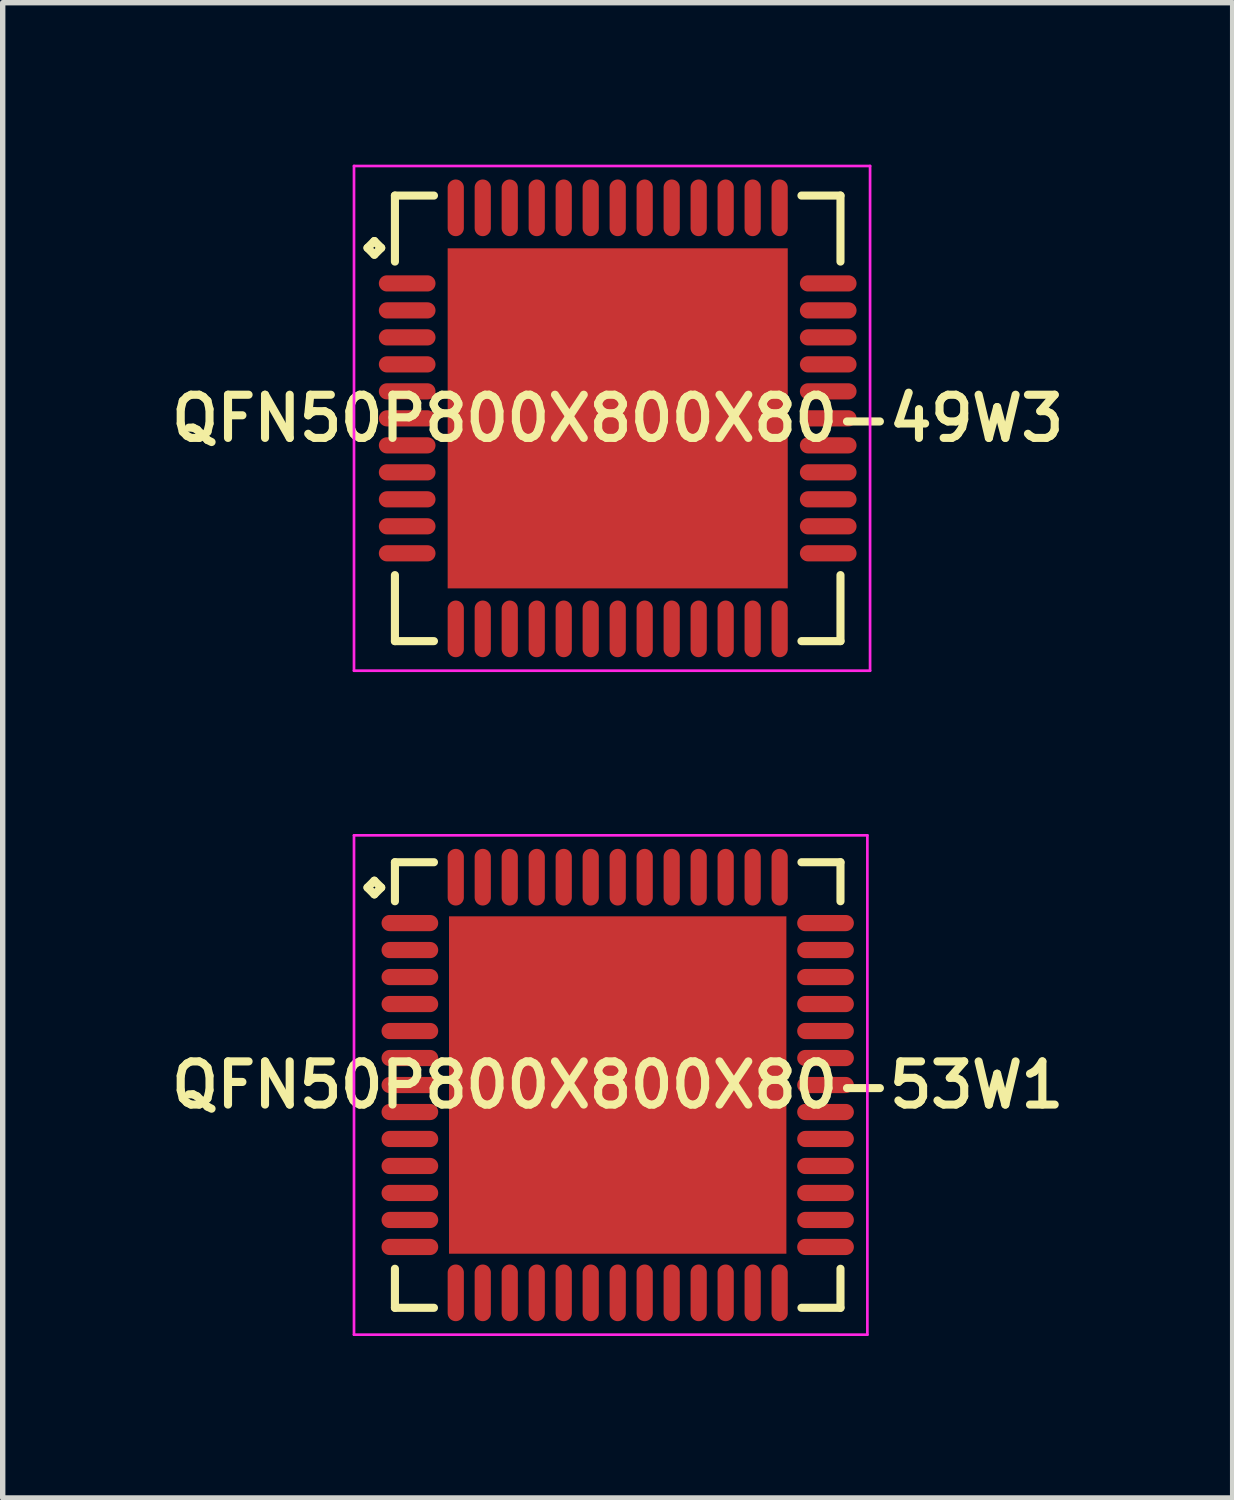
<source format=kicad_pcb>
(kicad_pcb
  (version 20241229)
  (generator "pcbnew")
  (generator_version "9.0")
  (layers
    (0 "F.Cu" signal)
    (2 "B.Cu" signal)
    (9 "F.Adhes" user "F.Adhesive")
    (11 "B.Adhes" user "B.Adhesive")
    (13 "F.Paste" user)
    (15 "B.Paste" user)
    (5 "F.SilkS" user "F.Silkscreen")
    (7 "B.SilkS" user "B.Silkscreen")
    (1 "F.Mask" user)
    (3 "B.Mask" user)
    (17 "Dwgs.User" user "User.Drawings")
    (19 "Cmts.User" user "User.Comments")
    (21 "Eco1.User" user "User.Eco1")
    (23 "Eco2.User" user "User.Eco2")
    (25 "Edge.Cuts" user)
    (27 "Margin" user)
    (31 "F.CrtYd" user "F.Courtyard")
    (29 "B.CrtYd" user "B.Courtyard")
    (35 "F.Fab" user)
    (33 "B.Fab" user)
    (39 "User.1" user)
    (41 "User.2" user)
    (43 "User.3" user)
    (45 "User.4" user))
  (footprint "QFN50P800X800X80-49W3"
    (layer "F.Cu")
    (at 8.393 4.7)
    (property "Reference" "QFN50P800X800X80-49W3" (at 0 0 0) (layer "F.SilkS") (effects (font (size 0.8 0.8) (thickness 0.15))))
    (attr smd)
    (fp_line (start -4.635 -3.158) (end -4.508 -3.285) (stroke (width 0.15) (type solid)) (layer "F.SilkS"))
    (fp_line (start -4.508 -3.285) (end -4.381 -3.158) (stroke (width 0.15) (type solid)) (layer "F.SilkS"))
    (fp_line (start -4.508 -3.031) (end -4.635 -3.158) (stroke (width 0.15) (type solid)) (layer "F.SilkS"))
    (fp_line (start -4.381 -3.158) (end -4.508 -3.031) (stroke (width 0.15) (type solid)) (layer "F.SilkS"))
    (fp_line (start -4.127 -4.127) (end -3.404 -4.127) (stroke (width 0.15) (type solid)) (layer "F.SilkS"))
    (fp_line (start -4.127 -2.904) (end -4.127 -4.127) (stroke (width 0.15) (type solid)) (layer "F.SilkS"))
    (fp_line (start -4.127 2.904) (end -4.127 4.127) (stroke (width 0.15) (type solid)) (layer "F.SilkS"))
    (fp_line (start -4.127 4.127) (end -3.404 4.127) (stroke (width 0.15) (type solid)) (layer "F.SilkS"))
    (fp_line (start 3.404 -4.127) (end 4.127 -4.127) (stroke (width 0.15) (type solid)) (layer "F.SilkS"))
    (fp_line (start 3.404 4.127) (end 4.127 4.127) (stroke (width 0.15) (type solid)) (layer "F.SilkS"))
    (fp_line (start 4.127 -4.127) (end 4.127 -2.904) (stroke (width 0.15) (type solid)) (layer "F.SilkS"))
    (fp_line (start 4.127 4.127) (end 4.127 2.904) (stroke (width 0.15) (type solid)) (layer "F.SilkS"))
    (fp_line (start -4.885 -4.675) (end 4.675 -4.675) (stroke (width 0.05) (type solid)) (layer "F.CrtYd"))
    (fp_line (start -4.885 4.675) (end -4.885 -4.675) (stroke (width 0.05) (type solid)) (layer "F.CrtYd"))
    (fp_line (start 4.675 -4.675) (end 4.675 4.675) (stroke (width 0.05) (type solid)) (layer "F.CrtYd"))
    (fp_line (start 4.675 4.675) (end -4.885 4.675) (stroke (width 0.05) (type solid)) (layer "F.CrtYd"))
    (pad "1" smd oval (at -3.9 -2.5) (size 1.05 0.3) (layers "F.Cu" "F.Mask" "F.Paste"))
    (pad "2" smd oval (at -3.9 -2) (size 1.05 0.3) (layers "F.Cu" "F.Mask" "F.Paste"))
    (pad "3" smd oval (at -3.9 -1.5) (size 1.05 0.3) (layers "F.Cu" "F.Mask" "F.Paste"))
    (pad "4" smd oval (at -3.9 -1) (size 1.05 0.3) (layers "F.Cu" "F.Mask" "F.Paste"))
    (pad "5" smd oval (at -3.9 -0.5) (size 1.05 0.3) (layers "F.Cu" "F.Mask" "F.Paste"))
    (pad "6" smd oval (at -3.9 0) (size 1.05 0.3) (layers "F.Cu" "F.Mask" "F.Paste"))
    (pad "7" smd oval (at -3.9 0.5) (size 1.05 0.3) (layers "F.Cu" "F.Mask" "F.Paste"))
    (pad "8" smd oval (at -3.9 1) (size 1.05 0.3) (layers "F.Cu" "F.Mask" "F.Paste"))
    (pad "9" smd oval (at -3.9 1.5) (size 1.05 0.3) (layers "F.Cu" "F.Mask" "F.Paste"))
    (pad "10" smd oval (at -3.9 2) (size 1.05 0.3) (layers "F.Cu" "F.Mask" "F.Paste"))
    (pad "11" smd oval (at -3.9 2.5) (size 1.05 0.3) (layers "F.Cu" "F.Mask" "F.Paste"))
    (pad "12" smd oval (at -3 3.9) (size 0.3 1.05) (layers "F.Cu" "F.Mask" "F.Paste"))
    (pad "13" smd oval (at -2.5 3.9) (size 0.3 1.05) (layers "F.Cu" "F.Mask" "F.Paste"))
    (pad "14" smd oval (at -2 3.9) (size 0.3 1.05) (layers "F.Cu" "F.Mask" "F.Paste"))
    (pad "15" smd oval (at -1.5 3.9) (size 0.3 1.05) (layers "F.Cu" "F.Mask" "F.Paste"))
    (pad "16" smd oval (at -1 3.9) (size 0.3 1.05) (layers "F.Cu" "F.Mask" "F.Paste"))
    (pad "17" smd oval (at -0.5 3.9) (size 0.3 1.05) (layers "F.Cu" "F.Mask" "F.Paste"))
    (pad "18" smd oval (at 0 3.9) (size 0.3 1.05) (layers "F.Cu" "F.Mask" "F.Paste"))
    (pad "19" smd oval (at 0.5 3.9) (size 0.3 1.05) (layers "F.Cu" "F.Mask" "F.Paste"))
    (pad "20" smd oval (at 1 3.9) (size 0.3 1.05) (layers "F.Cu" "F.Mask" "F.Paste"))
    (pad "21" smd oval (at 1.5 3.9) (size 0.3 1.05) (layers "F.Cu" "F.Mask" "F.Paste"))
    (pad "22" smd oval (at 2 3.9) (size 0.3 1.05) (layers "F.Cu" "F.Mask" "F.Paste"))
    (pad "23" smd oval (at 2.5 3.9) (size 0.3 1.05) (layers "F.Cu" "F.Mask" "F.Paste"))
    (pad "24" smd oval (at 3 3.9) (size 0.3 1.05) (layers "F.Cu" "F.Mask" "F.Paste"))
    (pad "25" smd oval (at 3.9 2.5) (size 1.05 0.3) (layers "F.Cu" "F.Mask" "F.Paste"))
    (pad "26" smd oval (at 3.9 2) (size 1.05 0.3) (layers "F.Cu" "F.Mask" "F.Paste"))
    (pad "27" smd oval (at 3.9 1.5) (size 1.05 0.3) (layers "F.Cu" "F.Mask" "F.Paste"))
    (pad "28" smd oval (at 3.9 1) (size 1.05 0.3) (layers "F.Cu" "F.Mask" "F.Paste"))
    (pad "29" smd oval (at 3.9 0.5) (size 1.05 0.3) (layers "F.Cu" "F.Mask" "F.Paste"))
    (pad "30" smd oval (at 3.9 0) (size 1.05 0.3) (layers "F.Cu" "F.Mask" "F.Paste"))
    (pad "31" smd oval (at 3.9 -0.5) (size 1.05 0.3) (layers "F.Cu" "F.Mask" "F.Paste"))
    (pad "32" smd oval (at 3.9 -1) (size 1.05 0.3) (layers "F.Cu" "F.Mask" "F.Paste"))
    (pad "33" smd oval (at 3.9 -1.5) (size 1.05 0.3) (layers "F.Cu" "F.Mask" "F.Paste"))
    (pad "34" smd oval (at 3.9 -2) (size 1.05 0.3) (layers "F.Cu" "F.Mask" "F.Paste"))
    (pad "35" smd oval (at 3.9 -2.5) (size 1.05 0.3) (layers "F.Cu" "F.Mask" "F.Paste"))
    (pad "36" smd oval (at 3 -3.9) (size 0.3 1.05) (layers "F.Cu" "F.Mask" "F.Paste"))
    (pad "37" smd oval (at 2.5 -3.9) (size 0.3 1.05) (layers "F.Cu" "F.Mask" "F.Paste"))
    (pad "38" smd oval (at 2 -3.9) (size 0.3 1.05) (layers "F.Cu" "F.Mask" "F.Paste"))
    (pad "39" smd oval (at 1.5 -3.9) (size 0.3 1.05) (layers "F.Cu" "F.Mask" "F.Paste"))
    (pad "40" smd oval (at 1 -3.9) (size 0.3 1.05) (layers "F.Cu" "F.Mask" "F.Paste"))
    (pad "41" smd oval (at 0.5 -3.9) (size 0.3 1.05) (layers "F.Cu" "F.Mask" "F.Paste"))
    (pad "42" smd oval (at 0 -3.9) (size 0.3 1.05) (layers "F.Cu" "F.Mask" "F.Paste"))
    (pad "43" smd oval (at -0.5 -3.9) (size 0.3 1.05) (layers "F.Cu" "F.Mask" "F.Paste"))
    (pad "44" smd oval (at -1 -3.9) (size 0.3 1.05) (layers "F.Cu" "F.Mask" "F.Paste"))
    (pad "45" smd oval (at -1.5 -3.9) (size 0.3 1.05) (layers "F.Cu" "F.Mask" "F.Paste"))
    (pad "46" smd oval (at -2 -3.9) (size 0.3 1.05) (layers "F.Cu" "F.Mask" "F.Paste"))
    (pad "47" smd oval (at -2.5 -3.9) (size 0.3 1.05) (layers "F.Cu" "F.Mask" "F.Paste"))
    (pad "48" smd oval (at -3 -3.9) (size 0.3 1.05) (layers "F.Cu" "F.Mask" "F.Paste"))
    (pad "49" smd rect (at 0 0) (size 6.3 6.3) (layers "F.Cu" "F.Mask" "F.Paste")))
  (footprint "QFN50P800X800X80-53W1"
    (layer "F.Cu")
    (at 8.393 17.05)
    (property "Reference" "QFN50P800X800X80-53W1" (at 0 0 0) (layer "F.SilkS") (effects (font (size 0.8 0.8) (thickness 0.15))))
    (attr smd)
    (fp_line (start -4.635 -3.658) (end -4.508 -3.785) (stroke (width 0.15) (type solid)) (layer "F.SilkS"))
    (fp_line (start -4.508 -3.785) (end -4.381 -3.658) (stroke (width 0.15) (type solid)) (layer "F.SilkS"))
    (fp_line (start -4.508 -3.531) (end -4.635 -3.658) (stroke (width 0.15) (type solid)) (layer "F.SilkS"))
    (fp_line (start -4.381 -3.658) (end -4.508 -3.531) (stroke (width 0.15) (type solid)) (layer "F.SilkS"))
    (fp_line (start -4.127 -4.127) (end -3.404 -4.127) (stroke (width 0.15) (type solid)) (layer "F.SilkS"))
    (fp_line (start -4.127 -3.404) (end -4.127 -4.127) (stroke (width 0.15) (type solid)) (layer "F.SilkS"))
    (fp_line (start -4.127 3.404) (end -4.127 4.127) (stroke (width 0.15) (type solid)) (layer "F.SilkS"))
    (fp_line (start -4.127 4.127) (end -3.404 4.127) (stroke (width 0.15) (type solid)) (layer "F.SilkS"))
    (fp_line (start 3.404 -4.127) (end 4.127 -4.127) (stroke (width 0.15) (type solid)) (layer "F.SilkS"))
    (fp_line (start 3.404 4.127) (end 4.127 4.127) (stroke (width 0.15) (type solid)) (layer "F.SilkS"))
    (fp_line (start 4.127 -4.127) (end 4.127 -3.404) (stroke (width 0.15) (type solid)) (layer "F.SilkS"))
    (fp_line (start 4.127 4.127) (end 4.127 3.404) (stroke (width 0.15) (type solid)) (layer "F.SilkS"))
    (fp_line (start -4.885 -4.625) (end 4.625 -4.625) (stroke (width 0.05) (type solid)) (layer "F.CrtYd"))
    (fp_line (start -4.885 4.625) (end -4.885 -4.625) (stroke (width 0.05) (type solid)) (layer "F.CrtYd"))
    (fp_line (start 4.625 -4.625) (end 4.625 4.625) (stroke (width 0.05) (type solid)) (layer "F.CrtYd"))
    (fp_line (start 4.625 4.625) (end -4.885 4.625) (stroke (width 0.05) (type solid)) (layer "F.CrtYd"))
    (pad "1" smd oval (at -3.85 -3) (size 1.05 0.3) (layers "F.Cu" "F.Mask" "F.Paste"))
    (pad "2" smd oval (at -3.85 -2.5) (size 1.05 0.3) (layers "F.Cu" "F.Mask" "F.Paste"))
    (pad "3" smd oval (at -3.85 -2) (size 1.05 0.3) (layers "F.Cu" "F.Mask" "F.Paste"))
    (pad "4" smd oval (at -3.85 -1.5) (size 1.05 0.3) (layers "F.Cu" "F.Mask" "F.Paste"))
    (pad "5" smd oval (at -3.85 -1) (size 1.05 0.3) (layers "F.Cu" "F.Mask" "F.Paste"))
    (pad "6" smd oval (at -3.85 -0.5) (size 1.05 0.3) (layers "F.Cu" "F.Mask" "F.Paste"))
    (pad "7" smd oval (at -3.85 0) (size 1.05 0.3) (layers "F.Cu" "F.Mask" "F.Paste"))
    (pad "8" smd oval (at -3.85 0.5) (size 1.05 0.3) (layers "F.Cu" "F.Mask" "F.Paste"))
    (pad "9" smd oval (at -3.85 1) (size 1.05 0.3) (layers "F.Cu" "F.Mask" "F.Paste"))
    (pad "10" smd oval (at -3.85 1.5) (size 1.05 0.3) (layers "F.Cu" "F.Mask" "F.Paste"))
    (pad "11" smd oval (at -3.85 2) (size 1.05 0.3) (layers "F.Cu" "F.Mask" "F.Paste"))
    (pad "12" smd oval (at -3.85 2.5) (size 1.05 0.3) (layers "F.Cu" "F.Mask" "F.Paste"))
    (pad "13" smd oval (at -3.85 3) (size 1.05 0.3) (layers "F.Cu" "F.Mask" "F.Paste"))
    (pad "14" smd oval (at -3 3.85) (size 0.3 1.05) (layers "F.Cu" "F.Mask" "F.Paste"))
    (pad "15" smd oval (at -2.5 3.85) (size 0.3 1.05) (layers "F.Cu" "F.Mask" "F.Paste"))
    (pad "16" smd oval (at -2 3.85) (size 0.3 1.05) (layers "F.Cu" "F.Mask" "F.Paste"))
    (pad "17" smd oval (at -1.5 3.85) (size 0.3 1.05) (layers "F.Cu" "F.Mask" "F.Paste"))
    (pad "18" smd oval (at -1 3.85) (size 0.3 1.05) (layers "F.Cu" "F.Mask" "F.Paste"))
    (pad "19" smd oval (at -0.5 3.85) (size 0.3 1.05) (layers "F.Cu" "F.Mask" "F.Paste"))
    (pad "20" smd oval (at 0 3.85) (size 0.3 1.05) (layers "F.Cu" "F.Mask" "F.Paste"))
    (pad "21" smd oval (at 0.5 3.85) (size 0.3 1.05) (layers "F.Cu" "F.Mask" "F.Paste"))
    (pad "22" smd oval (at 1 3.85) (size 0.3 1.05) (layers "F.Cu" "F.Mask" "F.Paste"))
    (pad "23" smd oval (at 1.5 3.85) (size 0.3 1.05) (layers "F.Cu" "F.Mask" "F.Paste"))
    (pad "24" smd oval (at 2 3.85) (size 0.3 1.05) (layers "F.Cu" "F.Mask" "F.Paste"))
    (pad "25" smd oval (at 2.5 3.85) (size 0.3 1.05) (layers "F.Cu" "F.Mask" "F.Paste"))
    (pad "26" smd oval (at 3 3.85) (size 0.3 1.05) (layers "F.Cu" "F.Mask" "F.Paste"))
    (pad "27" smd oval (at 3.85 3) (size 1.05 0.3) (layers "F.Cu" "F.Mask" "F.Paste"))
    (pad "28" smd oval (at 3.85 2.5) (size 1.05 0.3) (layers "F.Cu" "F.Mask" "F.Paste"))
    (pad "29" smd oval (at 3.85 2) (size 1.05 0.3) (layers "F.Cu" "F.Mask" "F.Paste"))
    (pad "30" smd oval (at 3.85 1.5) (size 1.05 0.3) (layers "F.Cu" "F.Mask" "F.Paste"))
    (pad "31" smd oval (at 3.85 1) (size 1.05 0.3) (layers "F.Cu" "F.Mask" "F.Paste"))
    (pad "32" smd oval (at 3.85 0.5) (size 1.05 0.3) (layers "F.Cu" "F.Mask" "F.Paste"))
    (pad "33" smd oval (at 3.85 0) (size 1.05 0.3) (layers "F.Cu" "F.Mask" "F.Paste"))
    (pad "34" smd oval (at 3.85 -0.5) (size 1.05 0.3) (layers "F.Cu" "F.Mask" "F.Paste"))
    (pad "35" smd oval (at 3.85 -1) (size 1.05 0.3) (layers "F.Cu" "F.Mask" "F.Paste"))
    (pad "36" smd oval (at 3.85 -1.5) (size 1.05 0.3) (layers "F.Cu" "F.Mask" "F.Paste"))
    (pad "37" smd oval (at 3.85 -2) (size 1.05 0.3) (layers "F.Cu" "F.Mask" "F.Paste"))
    (pad "38" smd oval (at 3.85 -2.5) (size 1.05 0.3) (layers "F.Cu" "F.Mask" "F.Paste"))
    (pad "39" smd oval (at 3.85 -3) (size 1.05 0.3) (layers "F.Cu" "F.Mask" "F.Paste"))
    (pad "40" smd oval (at 3 -3.85) (size 0.3 1.05) (layers "F.Cu" "F.Mask" "F.Paste"))
    (pad "41" smd oval (at 2.5 -3.85) (size 0.3 1.05) (layers "F.Cu" "F.Mask" "F.Paste"))
    (pad "42" smd oval (at 2 -3.85) (size 0.3 1.05) (layers "F.Cu" "F.Mask" "F.Paste"))
    (pad "43" smd oval (at 1.5 -3.85) (size 0.3 1.05) (layers "F.Cu" "F.Mask" "F.Paste"))
    (pad "44" smd oval (at 1 -3.85) (size 0.3 1.05) (layers "F.Cu" "F.Mask" "F.Paste"))
    (pad "45" smd oval (at 0.5 -3.85) (size 0.3 1.05) (layers "F.Cu" "F.Mask" "F.Paste"))
    (pad "46" smd oval (at 0 -3.85) (size 0.3 1.05) (layers "F.Cu" "F.Mask" "F.Paste"))
    (pad "47" smd oval (at -0.5 -3.85) (size 0.3 1.05) (layers "F.Cu" "F.Mask" "F.Paste"))
    (pad "48" smd oval (at -1 -3.85) (size 0.3 1.05) (layers "F.Cu" "F.Mask" "F.Paste"))
    (pad "49" smd oval (at -1.5 -3.85) (size 0.3 1.05) (layers "F.Cu" "F.Mask" "F.Paste"))
    (pad "50" smd oval (at -2 -3.85) (size 0.3 1.05) (layers "F.Cu" "F.Mask" "F.Paste"))
    (pad "51" smd oval (at -2.5 -3.85) (size 0.3 1.05) (layers "F.Cu" "F.Mask" "F.Paste"))
    (pad "52" smd oval (at -3 -3.85) (size 0.3 1.05) (layers "F.Cu" "F.Mask" "F.Paste"))
    (pad "53" smd rect (at 0 0) (size 6.25 6.25) (layers "F.Cu" "F.Mask" "F.Paste")))
  (gr_rect
    (start -3 -3)
    (end 19.785 24.7)
    (stroke (width 0.1) (type default))
    (fill no)
    (layer "Edge.Cuts")))
</source>
